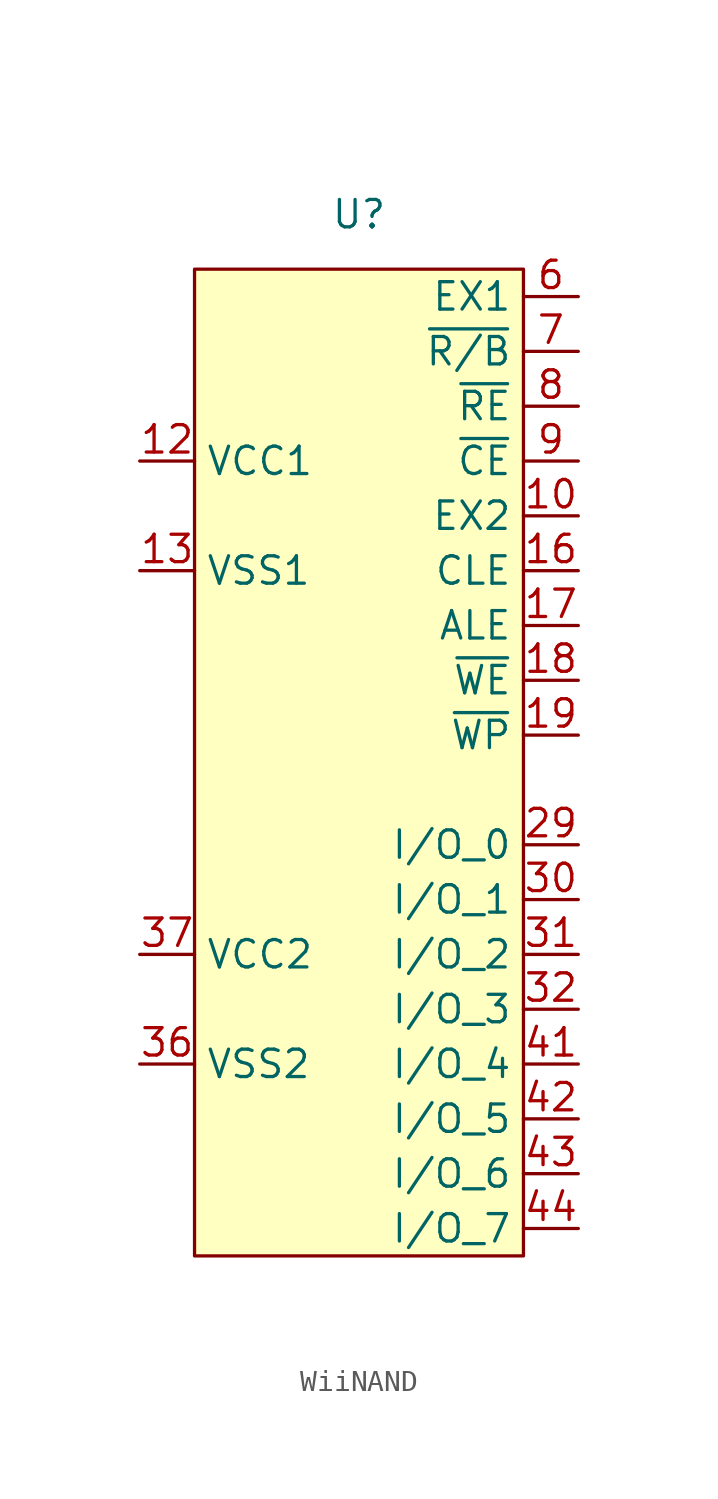
<source format=kicad_sym>
(kicad_symbol_lib
  (version 20231120)
  (generator "kicad_symbol_editor")
  (generator_version "8.99")
  (symbol "WiiNAND"
    (property "Reference" "U"
      (at 0 25.4 0)
      (effects (font (size 1.27 1.27))))
    (property "Value" ""
      (at 0 0 0)
      (effects (font (size 1.27 1.27))))
    (symbol "WiiNAND_1_1"
      (rectangle (start -7.62 22.86) (end 7.62 -22.86) (stroke (width 0) (type default)) (fill (type background)))
      (pin bidirectional line (at 10.16 11.43 180) (length 2.54) (name "EX2" (effects (font (size 1.27 1.27)))) (number "10" (effects (font (size 1.27 1.27)))))
      (pin power_in line (at -10.16 13.97 0) (length 2.54) (name "VCC1" (effects (font (size 1.27 1.27)))) (number "12" (effects (font (size 1.27 1.27)))))
      (pin passive line (at -10.16 8.89 0) (length 2.54) (name "VSS1" (effects (font (size 1.27 1.27)))) (number "13" (effects (font (size 1.27 1.27)))))
      (pin bidirectional line (at 10.16 8.89 180) (length 2.54) (name "CLE" (effects (font (size 1.27 1.27)))) (number "16" (effects (font (size 1.27 1.27)))))
      (pin bidirectional line (at 10.16 6.35 180) (length 2.54) (name "ALE" (effects (font (size 1.27 1.27)))) (number "17" (effects (font (size 1.27 1.27)))))
      (pin bidirectional line (at 10.16 3.81 180) (length 2.54) (name "~{WE}" (effects (font (size 1.27 1.27)))) (number "18" (effects (font (size 1.27 1.27)))))
      (pin bidirectional line (at 10.16 1.27 180) (length 2.54) (name "~{WP}" (effects (font (size 1.27 1.27)))) (number "19" (effects (font (size 1.27 1.27)))))
      (pin bidirectional line (at 10.16 -3.81 180) (length 2.54) (name "I/O_0" (effects (font (size 1.27 1.27)))) (number "29" (effects (font (size 1.27 1.27)))))
      (pin bidirectional line (at 10.16 -6.35 180) (length 2.54) (name "I/O_1" (effects (font (size 1.27 1.27)))) (number "30" (effects (font (size 1.27 1.27)))))
      (pin bidirectional line (at 10.16 -8.89 180) (length 2.54) (name "I/O_2" (effects (font (size 1.27 1.27)))) (number "31" (effects (font (size 1.27 1.27)))))
      (pin bidirectional line (at 10.16 -11.43 180) (length 2.54) (name "I/O_3" (effects (font (size 1.27 1.27)))) (number "32" (effects (font (size 1.27 1.27)))))
      (pin passive line (at -10.16 -13.97 0) (length 2.54) (name "VSS2" (effects (font (size 1.27 1.27)))) (number "36" (effects (font (size 1.27 1.27)))))
      (pin power_in line (at -10.16 -8.89 0) (length 2.54) (name "VCC2" (effects (font (size 1.27 1.27)))) (number "37" (effects (font (size 1.27 1.27)))))
      (pin bidirectional line (at 10.16 -13.97 180) (length 2.54) (name "I/O_4" (effects (font (size 1.27 1.27)))) (number "41" (effects (font (size 1.27 1.27)))))
      (pin bidirectional line (at 10.16 -16.51 180) (length 2.54) (name "I/O_5" (effects (font (size 1.27 1.27)))) (number "42" (effects (font (size 1.27 1.27)))))
      (pin bidirectional line (at 10.16 -19.05 180) (length 2.54) (name "I/O_6" (effects (font (size 1.27 1.27)))) (number "43" (effects (font (size 1.27 1.27)))))
      (pin bidirectional line (at 10.16 -21.59 180) (length 2.54) (name "I/O_7" (effects (font (size 1.27 1.27)))) (number "44" (effects (font (size 1.27 1.27)))))
      (pin bidirectional line (at 10.16 21.59 180) (length 2.54) (name "EX1" (effects (font (size 1.27 1.27)))) (number "6" (effects (font (size 1.27 1.27)))))
      (pin bidirectional line (at 10.16 19.05 180) (length 2.54) (name "~{R/B}" (effects (font (size 1.27 1.27)))) (number "7" (effects (font (size 1.27 1.27)))))
      (pin bidirectional line (at 10.16 16.51 180) (length 2.54) (name "~{RE}" (effects (font (size 1.27 1.27)))) (number "8" (effects (font (size 1.27 1.27)))))
      (pin bidirectional line (at 10.16 13.97 180) (length 2.54) (name "~{CE}" (effects (font (size 1.27 1.27)))) (number "9" (effects (font (size 1.27 1.27))))))))
</source>
